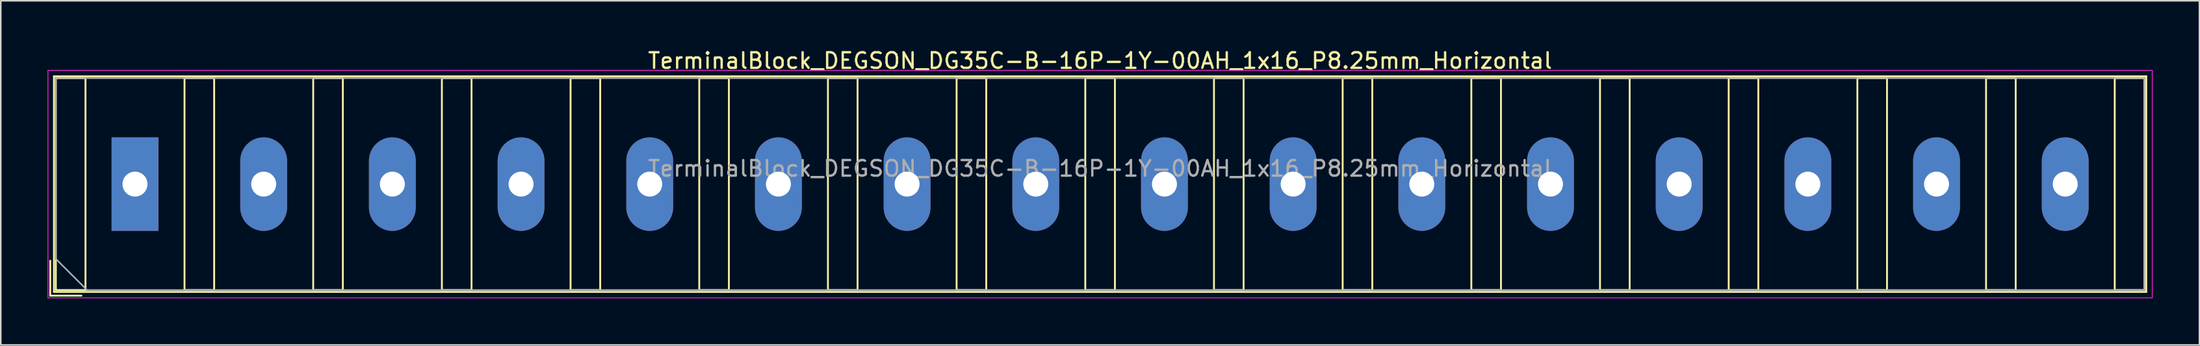
<source format=kicad_pcb>
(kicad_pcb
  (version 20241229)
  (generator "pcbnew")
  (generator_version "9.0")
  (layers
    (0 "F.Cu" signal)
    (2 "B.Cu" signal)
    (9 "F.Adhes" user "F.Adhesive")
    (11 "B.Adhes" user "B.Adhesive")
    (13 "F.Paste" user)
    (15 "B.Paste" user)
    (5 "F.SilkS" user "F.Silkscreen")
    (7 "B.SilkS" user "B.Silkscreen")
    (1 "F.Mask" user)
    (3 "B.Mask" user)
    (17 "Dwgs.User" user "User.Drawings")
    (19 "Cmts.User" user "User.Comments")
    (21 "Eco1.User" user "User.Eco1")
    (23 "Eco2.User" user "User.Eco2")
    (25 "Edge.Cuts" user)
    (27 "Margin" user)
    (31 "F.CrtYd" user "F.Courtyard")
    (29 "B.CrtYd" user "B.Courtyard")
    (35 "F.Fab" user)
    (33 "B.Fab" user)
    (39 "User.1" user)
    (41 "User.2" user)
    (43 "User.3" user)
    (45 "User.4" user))
  (footprint "TerminalBlock_DEGSON_DG35C-B-16P-1Y-00AH_1x16_P8.25mm_Horizontal"
    (layer "F.Cu")
    (at 5.605 8.768)
    (property "Reference" "TerminalBlock_DEGSON_DG35C-B-16P-1Y-00AH_1x16_P8.25mm_Horizontal" (at 61.875 -7.92 0) (layer "F.SilkS") (effects (font (size 1 1) (thickness 0.15))))
    (attr through_hole)
    (fp_line (start -1.98 -3.48) (end -1.98 3.48) (stroke (width 0.01) (type solid)) (layer "F.Mask"))
    (fp_line (start -1.98 3.48) (end 1.98 3.48) (stroke (width 0.01) (type solid)) (layer "F.Mask"))
    (fp_line (start 1.98 -3.48) (end -1.98 -3.48) (stroke (width 0.01) (type solid)) (layer "F.Mask"))
    (fp_line (start 1.98 3.48) (end 1.98 -3.48) (stroke (width 0.01) (type solid)) (layer "F.Mask"))
    (fp_line (start 6.27 -3.48) (end 6.27 3.48) (stroke (width 0.01) (type solid)) (layer "F.Mask"))
    (fp_line (start 6.27 3.48) (end 10.23 3.48) (stroke (width 0.01) (type solid)) (layer "F.Mask"))
    (fp_line (start 10.23 -3.48) (end 6.27 -3.48) (stroke (width 0.01) (type solid)) (layer "F.Mask"))
    (fp_line (start 10.23 3.48) (end 10.23 -3.48) (stroke (width 0.01) (type solid)) (layer "F.Mask"))
    (fp_line (start 14.52 -3.48) (end 14.52 3.48) (stroke (width 0.01) (type solid)) (layer "F.Mask"))
    (fp_line (start 14.52 3.48) (end 18.48 3.48) (stroke (width 0.01) (type solid)) (layer "F.Mask"))
    (fp_line (start 18.48 -3.48) (end 14.52 -3.48) (stroke (width 0.01) (type solid)) (layer "F.Mask"))
    (fp_line (start 18.48 3.48) (end 18.48 -3.48) (stroke (width 0.01) (type solid)) (layer "F.Mask"))
    (fp_line (start 22.77 -3.48) (end 22.77 3.48) (stroke (width 0.01) (type solid)) (layer "F.Mask"))
    (fp_line (start 22.77 3.48) (end 26.73 3.48) (stroke (width 0.01) (type solid)) (layer "F.Mask"))
    (fp_line (start 26.73 -3.48) (end 22.77 -3.48) (stroke (width 0.01) (type solid)) (layer "F.Mask"))
    (fp_line (start 26.73 3.48) (end 26.73 -3.48) (stroke (width 0.01) (type solid)) (layer "F.Mask"))
    (fp_line (start 31.02 -3.48) (end 31.02 3.48) (stroke (width 0.01) (type solid)) (layer "F.Mask"))
    (fp_line (start 31.02 3.48) (end 34.98 3.48) (stroke (width 0.01) (type solid)) (layer "F.Mask"))
    (fp_line (start 34.98 -3.48) (end 31.02 -3.48) (stroke (width 0.01) (type solid)) (layer "F.Mask"))
    (fp_line (start 34.98 3.48) (end 34.98 -3.48) (stroke (width 0.01) (type solid)) (layer "F.Mask"))
    (fp_line (start 39.27 -3.48) (end 39.27 3.48) (stroke (width 0.01) (type solid)) (layer "F.Mask"))
    (fp_line (start 39.27 3.48) (end 43.23 3.48) (stroke (width 0.01) (type solid)) (layer "F.Mask"))
    (fp_line (start 43.23 -3.48) (end 39.27 -3.48) (stroke (width 0.01) (type solid)) (layer "F.Mask"))
    (fp_line (start 43.23 3.48) (end 43.23 -3.48) (stroke (width 0.01) (type solid)) (layer "F.Mask"))
    (fp_line (start 47.52 -3.48) (end 47.52 3.48) (stroke (width 0.01) (type solid)) (layer "F.Mask"))
    (fp_line (start 47.52 3.48) (end 51.48 3.48) (stroke (width 0.01) (type solid)) (layer "F.Mask"))
    (fp_line (start 51.48 -3.48) (end 47.52 -3.48) (stroke (width 0.01) (type solid)) (layer "F.Mask"))
    (fp_line (start 51.48 3.48) (end 51.48 -3.48) (stroke (width 0.01) (type solid)) (layer "F.Mask"))
    (fp_line (start 55.77 -3.48) (end 55.77 3.48) (stroke (width 0.01) (type solid)) (layer "F.Mask"))
    (fp_line (start 55.77 3.48) (end 59.73 3.48) (stroke (width 0.01) (type solid)) (layer "F.Mask"))
    (fp_line (start 59.73 -3.48) (end 55.77 -3.48) (stroke (width 0.01) (type solid)) (layer "F.Mask"))
    (fp_line (start 59.73 3.48) (end 59.73 -3.48) (stroke (width 0.01) (type solid)) (layer "F.Mask"))
    (fp_line (start 64.02 -3.48) (end 64.02 3.48) (stroke (width 0.01) (type solid)) (layer "F.Mask"))
    (fp_line (start 64.02 3.48) (end 67.98 3.48) (stroke (width 0.01) (type solid)) (layer "F.Mask"))
    (fp_line (start 67.98 -3.48) (end 64.02 -3.48) (stroke (width 0.01) (type solid)) (layer "F.Mask"))
    (fp_line (start 67.98 3.48) (end 67.98 -3.48) (stroke (width 0.01) (type solid)) (layer "F.Mask"))
    (fp_line (start 72.27 -3.48) (end 72.27 3.48) (stroke (width 0.01) (type solid)) (layer "F.Mask"))
    (fp_line (start 72.27 3.48) (end 76.23 3.48) (stroke (width 0.01) (type solid)) (layer "F.Mask"))
    (fp_line (start 76.23 -3.48) (end 72.27 -3.48) (stroke (width 0.01) (type solid)) (layer "F.Mask"))
    (fp_line (start 76.23 3.48) (end 76.23 -3.48) (stroke (width 0.01) (type solid)) (layer "F.Mask"))
    (fp_line (start 80.52 -3.48) (end 80.52 3.48) (stroke (width 0.01) (type solid)) (layer "F.Mask"))
    (fp_line (start 80.52 3.48) (end 84.48 3.48) (stroke (width 0.01) (type solid)) (layer "F.Mask"))
    (fp_line (start 84.48 -3.48) (end 80.52 -3.48) (stroke (width 0.01) (type solid)) (layer "F.Mask"))
    (fp_line (start 84.48 3.48) (end 84.48 -3.48) (stroke (width 0.01) (type solid)) (layer "F.Mask"))
    (fp_line (start 88.77 -3.48) (end 88.77 3.48) (stroke (width 0.01) (type solid)) (layer "F.Mask"))
    (fp_line (start 88.77 3.48) (end 92.73 3.48) (stroke (width 0.01) (type solid)) (layer "F.Mask"))
    (fp_line (start 92.73 -3.48) (end 88.77 -3.48) (stroke (width 0.01) (type solid)) (layer "F.Mask"))
    (fp_line (start 92.73 3.48) (end 92.73 -3.48) (stroke (width 0.01) (type solid)) (layer "F.Mask"))
    (fp_line (start 97.02 -3.48) (end 97.02 3.48) (stroke (width 0.01) (type solid)) (layer "F.Mask"))
    (fp_line (start 97.02 3.48) (end 100.98 3.48) (stroke (width 0.01) (type solid)) (layer "F.Mask"))
    (fp_line (start 100.98 -3.48) (end 97.02 -3.48) (stroke (width 0.01) (type solid)) (layer "F.Mask"))
    (fp_line (start 100.98 3.48) (end 100.98 -3.48) (stroke (width 0.01) (type solid)) (layer "F.Mask"))
    (fp_line (start 105.27 -3.48) (end 105.27 3.48) (stroke (width 0.01) (type solid)) (layer "F.Mask"))
    (fp_line (start 105.27 3.48) (end 109.23 3.48) (stroke (width 0.01) (type solid)) (layer "F.Mask"))
    (fp_line (start 109.23 -3.48) (end 105.27 -3.48) (stroke (width 0.01) (type solid)) (layer "F.Mask"))
    (fp_line (start 109.23 3.48) (end 109.23 -3.48) (stroke (width 0.01) (type solid)) (layer "F.Mask"))
    (fp_line (start 113.52 -3.48) (end 113.52 3.48) (stroke (width 0.01) (type solid)) (layer "F.Mask"))
    (fp_line (start 113.52 3.48) (end 117.48 3.48) (stroke (width 0.01) (type solid)) (layer "F.Mask"))
    (fp_line (start 117.48 -3.48) (end 113.52 -3.48) (stroke (width 0.01) (type solid)) (layer "F.Mask"))
    (fp_line (start 117.48 3.48) (end 117.48 -3.48) (stroke (width 0.01) (type solid)) (layer "F.Mask"))
    (fp_line (start 121.77 -3.48) (end 121.77 3.48) (stroke (width 0.01) (type solid)) (layer "F.Mask"))
    (fp_line (start 121.77 3.48) (end 125.73 3.48) (stroke (width 0.01) (type solid)) (layer "F.Mask"))
    (fp_line (start 125.73 -3.48) (end 121.77 -3.48) (stroke (width 0.01) (type solid)) (layer "F.Mask"))
    (fp_line (start 125.73 3.48) (end 125.73 -3.48) (stroke (width 0.01) (type solid)) (layer "F.Mask"))
    (fp_line (start -5.435 4.92) (end -5.435 7.16) (stroke (width 0.12) (type solid)) (layer "F.SilkS"))
    (fp_line (start -5.435 7.16) (end -3.435 7.16) (stroke (width 0.12) (type solid)) (layer "F.SilkS"))
    (fp_line (start -5.195 -6.92) (end -5.195 6.92) (stroke (width 0.12) (type solid)) (layer "F.SilkS"))
    (fp_line (start -5.195 -6.92) (end 128.946 -6.92) (stroke (width 0.12) (type solid)) (layer "F.SilkS"))
    (fp_line (start -5.195 6.92) (end 128.946 6.92) (stroke (width 0.12) (type solid)) (layer "F.SilkS"))
    (fp_line (start -5.075 -6.8) (end -5.075 6.8) (stroke (width 0.12) (type solid)) (layer "F.SilkS"))
    (fp_line (start -5.075 6.8) (end -3.175 6.8) (stroke (width 0.12) (type solid)) (layer "F.SilkS"))
    (fp_line (start -3.175 -6.8) (end -5.075 -6.8) (stroke (width 0.12) (type solid)) (layer "F.SilkS"))
    (fp_line (start -3.175 6.8) (end -3.175 -6.8) (stroke (width 0.12) (type solid)) (layer "F.SilkS"))
    (fp_line (start 3.175 -6.8) (end 3.175 6.8) (stroke (width 0.12) (type solid)) (layer "F.SilkS"))
    (fp_line (start 3.175 6.8) (end 5.075 6.8) (stroke (width 0.12) (type solid)) (layer "F.SilkS"))
    (fp_line (start 5.075 -6.8) (end 3.175 -6.8) (stroke (width 0.12) (type solid)) (layer "F.SilkS"))
    (fp_line (start 5.075 6.8) (end 5.075 -6.8) (stroke (width 0.12) (type solid)) (layer "F.SilkS"))
    (fp_line (start 11.425 -6.8) (end 11.425 6.8) (stroke (width 0.12) (type solid)) (layer "F.SilkS"))
    (fp_line (start 11.425 6.8) (end 13.325 6.8) (stroke (width 0.12) (type solid)) (layer "F.SilkS"))
    (fp_line (start 13.325 -6.8) (end 11.425 -6.8) (stroke (width 0.12) (type solid)) (layer "F.SilkS"))
    (fp_line (start 13.325 6.8) (end 13.325 -6.8) (stroke (width 0.12) (type solid)) (layer "F.SilkS"))
    (fp_line (start 19.675 -6.8) (end 19.675 6.8) (stroke (width 0.12) (type solid)) (layer "F.SilkS"))
    (fp_line (start 19.675 6.8) (end 21.575 6.8) (stroke (width 0.12) (type solid)) (layer "F.SilkS"))
    (fp_line (start 21.575 -6.8) (end 19.675 -6.8) (stroke (width 0.12) (type solid)) (layer "F.SilkS"))
    (fp_line (start 21.575 6.8) (end 21.575 -6.8) (stroke (width 0.12) (type solid)) (layer "F.SilkS"))
    (fp_line (start 27.925 -6.8) (end 27.925 6.8) (stroke (width 0.12) (type solid)) (layer "F.SilkS"))
    (fp_line (start 27.925 6.8) (end 29.825 6.8) (stroke (width 0.12) (type solid)) (layer "F.SilkS"))
    (fp_line (start 29.825 -6.8) (end 27.925 -6.8) (stroke (width 0.12) (type solid)) (layer "F.SilkS"))
    (fp_line (start 29.825 6.8) (end 29.825 -6.8) (stroke (width 0.12) (type solid)) (layer "F.SilkS"))
    (fp_line (start 36.175 -6.8) (end 36.175 6.8) (stroke (width 0.12) (type solid)) (layer "F.SilkS"))
    (fp_line (start 36.175 6.8) (end 38.075 6.8) (stroke (width 0.12) (type solid)) (layer "F.SilkS"))
    (fp_line (start 38.075 -6.8) (end 36.175 -6.8) (stroke (width 0.12) (type solid)) (layer "F.SilkS"))
    (fp_line (start 38.075 6.8) (end 38.075 -6.8) (stroke (width 0.12) (type solid)) (layer "F.SilkS"))
    (fp_line (start 44.425 -6.8) (end 44.425 6.8) (stroke (width 0.12) (type solid)) (layer "F.SilkS"))
    (fp_line (start 44.425 6.8) (end 46.325 6.8) (stroke (width 0.12) (type solid)) (layer "F.SilkS"))
    (fp_line (start 46.325 -6.8) (end 44.425 -6.8) (stroke (width 0.12) (type solid)) (layer "F.SilkS"))
    (fp_line (start 46.325 6.8) (end 46.325 -6.8) (stroke (width 0.12) (type solid)) (layer "F.SilkS"))
    (fp_line (start 52.675 -6.8) (end 52.675 6.8) (stroke (width 0.12) (type solid)) (layer "F.SilkS"))
    (fp_line (start 52.675 6.8) (end 54.575 6.8) (stroke (width 0.12) (type solid)) (layer "F.SilkS"))
    (fp_line (start 54.575 -6.8) (end 52.675 -6.8) (stroke (width 0.12) (type solid)) (layer "F.SilkS"))
    (fp_line (start 54.575 6.8) (end 54.575 -6.8) (stroke (width 0.12) (type solid)) (layer "F.SilkS"))
    (fp_line (start 60.925 -6.8) (end 60.925 6.8) (stroke (width 0.12) (type solid)) (layer "F.SilkS"))
    (fp_line (start 60.925 6.8) (end 62.825 6.8) (stroke (width 0.12) (type solid)) (layer "F.SilkS"))
    (fp_line (start 62.825 -6.8) (end 60.925 -6.8) (stroke (width 0.12) (type solid)) (layer "F.SilkS"))
    (fp_line (start 62.825 6.8) (end 62.825 -6.8) (stroke (width 0.12) (type solid)) (layer "F.SilkS"))
    (fp_line (start 69.175 -6.8) (end 69.175 6.8) (stroke (width 0.12) (type solid)) (layer "F.SilkS"))
    (fp_line (start 69.175 6.8) (end 71.075 6.8) (stroke (width 0.12) (type solid)) (layer "F.SilkS"))
    (fp_line (start 71.075 -6.8) (end 69.175 -6.8) (stroke (width 0.12) (type solid)) (layer "F.SilkS"))
    (fp_line (start 71.075 6.8) (end 71.075 -6.8) (stroke (width 0.12) (type solid)) (layer "F.SilkS"))
    (fp_line (start 77.425 -6.8) (end 77.425 6.8) (stroke (width 0.12) (type solid)) (layer "F.SilkS"))
    (fp_line (start 77.425 6.8) (end 79.325 6.8) (stroke (width 0.12) (type solid)) (layer "F.SilkS"))
    (fp_line (start 79.325 -6.8) (end 77.425 -6.8) (stroke (width 0.12) (type solid)) (layer "F.SilkS"))
    (fp_line (start 79.325 6.8) (end 79.325 -6.8) (stroke (width 0.12) (type solid)) (layer "F.SilkS"))
    (fp_line (start 85.675 -6.8) (end 85.675 6.8) (stroke (width 0.12) (type solid)) (layer "F.SilkS"))
    (fp_line (start 85.675 6.8) (end 87.575 6.8) (stroke (width 0.12) (type solid)) (layer "F.SilkS"))
    (fp_line (start 87.575 -6.8) (end 85.675 -6.8) (stroke (width 0.12) (type solid)) (layer "F.SilkS"))
    (fp_line (start 87.575 6.8) (end 87.575 -6.8) (stroke (width 0.12) (type solid)) (layer "F.SilkS"))
    (fp_line (start 93.925 -6.8) (end 93.925 6.8) (stroke (width 0.12) (type solid)) (layer "F.SilkS"))
    (fp_line (start 93.925 6.8) (end 95.825 6.8) (stroke (width 0.12) (type solid)) (layer "F.SilkS"))
    (fp_line (start 95.825 -6.8) (end 93.925 -6.8) (stroke (width 0.12) (type solid)) (layer "F.SilkS"))
    (fp_line (start 95.825 6.8) (end 95.825 -6.8) (stroke (width 0.12) (type solid)) (layer "F.SilkS"))
    (fp_line (start 102.175 -6.8) (end 102.175 6.8) (stroke (width 0.12) (type solid)) (layer "F.SilkS"))
    (fp_line (start 102.175 6.8) (end 104.075 6.8) (stroke (width 0.12) (type solid)) (layer "F.SilkS"))
    (fp_line (start 104.075 -6.8) (end 102.175 -6.8) (stroke (width 0.12) (type solid)) (layer "F.SilkS"))
    (fp_line (start 104.075 6.8) (end 104.075 -6.8) (stroke (width 0.12) (type solid)) (layer "F.SilkS"))
    (fp_line (start 110.425 -6.8) (end 110.425 6.8) (stroke (width 0.12) (type solid)) (layer "F.SilkS"))
    (fp_line (start 110.425 6.8) (end 112.325 6.8) (stroke (width 0.12) (type solid)) (layer "F.SilkS"))
    (fp_line (start 112.325 -6.8) (end 110.425 -6.8) (stroke (width 0.12) (type solid)) (layer "F.SilkS"))
    (fp_line (start 112.325 6.8) (end 112.325 -6.8) (stroke (width 0.12) (type solid)) (layer "F.SilkS"))
    (fp_line (start 118.675 -6.8) (end 118.675 6.8) (stroke (width 0.12) (type solid)) (layer "F.SilkS"))
    (fp_line (start 118.675 6.8) (end 120.575 6.8) (stroke (width 0.12) (type solid)) (layer "F.SilkS"))
    (fp_line (start 120.575 -6.8) (end 118.675 -6.8) (stroke (width 0.12) (type solid)) (layer "F.SilkS"))
    (fp_line (start 120.575 6.8) (end 120.575 -6.8) (stroke (width 0.12) (type solid)) (layer "F.SilkS"))
    (fp_line (start 126.925 -6.8) (end 126.925 6.8) (stroke (width 0.12) (type solid)) (layer "F.SilkS"))
    (fp_line (start 126.925 6.8) (end 128.825 6.8) (stroke (width 0.12) (type solid)) (layer "F.SilkS"))
    (fp_line (start 128.825 -6.8) (end 126.925 -6.8) (stroke (width 0.12) (type solid)) (layer "F.SilkS"))
    (fp_line (start 128.825 6.8) (end 128.825 -6.8) (stroke (width 0.12) (type solid)) (layer "F.SilkS"))
    (fp_line (start 128.946 -6.92) (end 128.946 6.92) (stroke (width 0.12) (type solid)) (layer "F.SilkS"))
    (fp_line (start -5.58 -7.3) (end -5.58 7.3) (stroke (width 0.05) (type solid)) (layer "F.CrtYd"))
    (fp_line (start -5.58 7.3) (end 129.33 7.3) (stroke (width 0.05) (type solid)) (layer "F.CrtYd"))
    (fp_line (start 129.33 -7.3) (end -5.58 -7.3) (stroke (width 0.05) (type solid)) (layer "F.CrtYd"))
    (fp_line (start 129.33 7.3) (end 129.33 -7.3) (stroke (width 0.05) (type solid)) (layer "F.CrtYd"))
    (fp_line (start -5.075 -6.8) (end 128.825 -6.8) (stroke (width 0.1) (type solid)) (layer "F.Fab"))
    (fp_line (start -5.075 4.8) (end -5.075 -6.8) (stroke (width 0.1) (type solid)) (layer "F.Fab"))
    (fp_line (start -3.075 6.8) (end -5.075 4.8) (stroke (width 0.1) (type solid)) (layer "F.Fab"))
    (fp_line (start 128.825 -6.8) (end 128.825 6.8) (stroke (width 0.1) (type solid)) (layer "F.Fab"))
    (fp_line (start 128.825 6.8) (end -3.075 6.8) (stroke (width 0.1) (type solid)) (layer "F.Fab"))
    (fp_text user "${REFERENCE}" (at 61.875 -1 0) (layer "F.Fab") (effects (font (size 1 1) (thickness 0.15))))
    (pad "1" thru_hole rect (at 0 0) (size 3 6) (drill 1.6) (layers "*.Cu" "*.Mask"))
    (pad "2" thru_hole oval (at 8.25 0) (size 3 6) (drill 1.6) (layers "*.Cu" "*.Mask"))
    (pad "3" thru_hole oval (at 16.5 0) (size 3 6) (drill 1.6) (layers "*.Cu" "*.Mask"))
    (pad "4" thru_hole oval (at 24.75 0) (size 3 6) (drill 1.6) (layers "*.Cu" "*.Mask"))
    (pad "5" thru_hole oval (at 33 0) (size 3 6) (drill 1.6) (layers "*.Cu" "*.Mask"))
    (pad "6" thru_hole oval (at 41.25 0) (size 3 6) (drill 1.6) (layers "*.Cu" "*.Mask"))
    (pad "7" thru_hole oval (at 49.5 0) (size 3 6) (drill 1.6) (layers "*.Cu" "*.Mask"))
    (pad "8" thru_hole oval (at 57.75 0) (size 3 6) (drill 1.6) (layers "*.Cu" "*.Mask"))
    (pad "9" thru_hole oval (at 66 0) (size 3 6) (drill 1.6) (layers "*.Cu" "*.Mask"))
    (pad "10" thru_hole oval (at 74.25 0) (size 3 6) (drill 1.6) (layers "*.Cu" "*.Mask"))
    (pad "11" thru_hole oval (at 82.5 0) (size 3 6) (drill 1.6) (layers "*.Cu" "*.Mask"))
    (pad "12" thru_hole oval (at 90.75 0) (size 3 6) (drill 1.6) (layers "*.Cu" "*.Mask"))
    (pad "13" thru_hole oval (at 99 0) (size 3 6) (drill 1.6) (layers "*.Cu" "*.Mask"))
    (pad "14" thru_hole oval (at 107.25 0) (size 3 6) (drill 1.6) (layers "*.Cu" "*.Mask"))
    (pad "15" thru_hole oval (at 115.5 0) (size 3 6) (drill 1.6) (layers "*.Cu" "*.Mask"))
    (pad "16" thru_hole oval (at 123.75 0) (size 3 6) (drill 1.6) (layers "*.Cu" "*.Mask")))
  (gr_rect
    (start -3 -3)
    (end 137.96 19.093)
    (stroke (width 0.1) (type default))
    (fill no)
    (layer "Edge.Cuts")))
</source>
